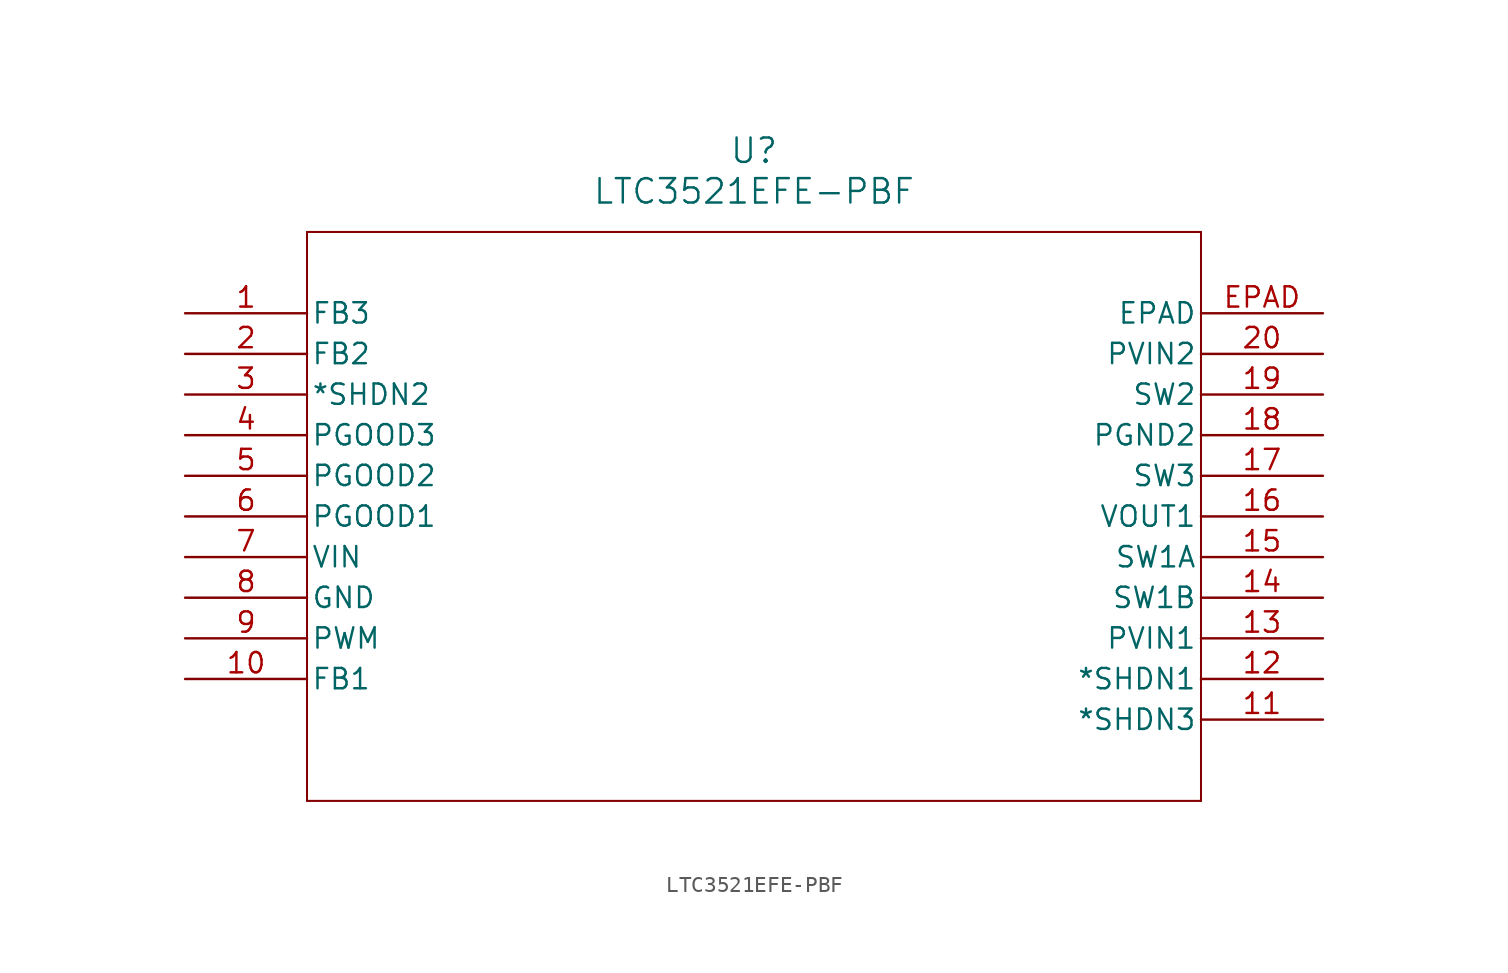
<source format=kicad_sym>
(kicad_symbol_lib
  (version 20211014)
  (generator kicad_symbol_editor)
  (symbol "LTC3521EFE-PBF"
    (pin_names
      (offset 0.254))
    (property "Reference" "U"
      (at 35.56 10.16 0)
      (effects (font (size 1.524 1.524))))
    (property "Value" "LTC3521EFE-PBF"
      (at 35.56 7.62 0)
      (effects (font (size 1.524 1.524))))
    (symbol "LTC3521EFE-PBF_0_1"
      (polyline (pts (xy 7.62 5.08) (xy 7.62 -30.48)) (stroke (width 0.127) (type default) (color 0 0 0 0)) (fill (type none)))
      (polyline (pts (xy 7.62 -30.48) (xy 63.5 -30.48)) (stroke (width 0.127) (type default) (color 0 0 0 0)) (fill (type none)))
      (polyline (pts (xy 63.5 -30.48) (xy 63.5 5.08)) (stroke (width 0.127) (type default) (color 0 0 0 0)) (fill (type none)))
      (polyline (pts (xy 63.5 5.08) (xy 7.62 5.08)) (stroke (width 0.127) (type default) (color 0 0 0 0)) (fill (type none)))
      (pin output line (at 0 0 0) (length 7.62) (name "FB3" (effects (font (size 1.27 1.27)))) (number "1" (effects (font (size 1.27 1.27)))))
      (pin output line (at 0 -2.54 0) (length 7.62) (name "FB2" (effects (font (size 1.27 1.27)))) (number "2" (effects (font (size 1.27 1.27)))))
      (pin output line (at 0 -5.08 0) (length 7.62) (name "*SHDN2" (effects (font (size 1.27 1.27)))) (number "3" (effects (font (size 1.27 1.27)))))
      (pin output line (at 0 -7.62 0) (length 7.62) (name "PGOOD3" (effects (font (size 1.27 1.27)))) (number "4" (effects (font (size 1.27 1.27)))))
      (pin output line (at 0 -10.16 0) (length 7.62) (name "PGOOD2" (effects (font (size 1.27 1.27)))) (number "5" (effects (font (size 1.27 1.27)))))
      (pin output line (at 0 -12.7 0) (length 7.62) (name "PGOOD1" (effects (font (size 1.27 1.27)))) (number "6" (effects (font (size 1.27 1.27)))))
      (pin input line (at 0 -15.24 0) (length 7.62) (name "VIN" (effects (font (size 1.27 1.27)))) (number "7" (effects (font (size 1.27 1.27)))))
      (pin power_in line (at 0 -17.78 0) (length 7.62) (name "GND" (effects (font (size 1.27 1.27)))) (number "8" (effects (font (size 1.27 1.27)))))
      (pin input line (at 0 -20.32 0) (length 7.62) (name "PWM" (effects (font (size 1.27 1.27)))) (number "9" (effects (font (size 1.27 1.27)))))
      (pin output line (at 0 -22.86 0) (length 7.62) (name "FB1" (effects (font (size 1.27 1.27)))) (number "10" (effects (font (size 1.27 1.27)))))
      (pin output line (at 71.12 -25.4 180) (length 7.62) (name "*SHDN3" (effects (font (size 1.27 1.27)))) (number "11" (effects (font (size 1.27 1.27)))))
      (pin unspecified line (at 71.12 -22.86 180) (length 7.62) (name "*SHDN1" (effects (font (size 1.27 1.27)))) (number "12" (effects (font (size 1.27 1.27)))))
      (pin input line (at 71.12 -20.32 180) (length 7.62) (name "PVIN1" (effects (font (size 1.27 1.27)))) (number "13" (effects (font (size 1.27 1.27)))))
      (pin unspecified line (at 71.12 -17.78 180) (length 7.62) (name "SW1B" (effects (font (size 1.27 1.27)))) (number "14" (effects (font (size 1.27 1.27)))))
      (pin unspecified line (at 71.12 -15.24 180) (length 7.62) (name "SW1A" (effects (font (size 1.27 1.27)))) (number "15" (effects (font (size 1.27 1.27)))))
      (pin output line (at 71.12 -12.7 180) (length 7.62) (name "VOUT1" (effects (font (size 1.27 1.27)))) (number "16" (effects (font (size 1.27 1.27)))))
      (pin unspecified line (at 71.12 -10.16 180) (length 7.62) (name "SW3" (effects (font (size 1.27 1.27)))) (number "17" (effects (font (size 1.27 1.27)))))
      (pin power_in line (at 71.12 -7.62 180) (length 7.62) (name "PGND2" (effects (font (size 1.27 1.27)))) (number "18" (effects (font (size 1.27 1.27)))))
      (pin unspecified line (at 71.12 -5.08 180) (length 7.62) (name "SW2" (effects (font (size 1.27 1.27)))) (number "19" (effects (font (size 1.27 1.27)))))
      (pin input line (at 71.12 -2.54 180) (length 7.62) (name "PVIN2" (effects (font (size 1.27 1.27)))) (number "20" (effects (font (size 1.27 1.27)))))
      (pin unspecified line (at 71.12 0 180) (length 7.62) (name "EPAD" (effects (font (size 1.27 1.27)))) (number "EPAD" (effects (font (size 1.27 1.27))))))))
</source>
